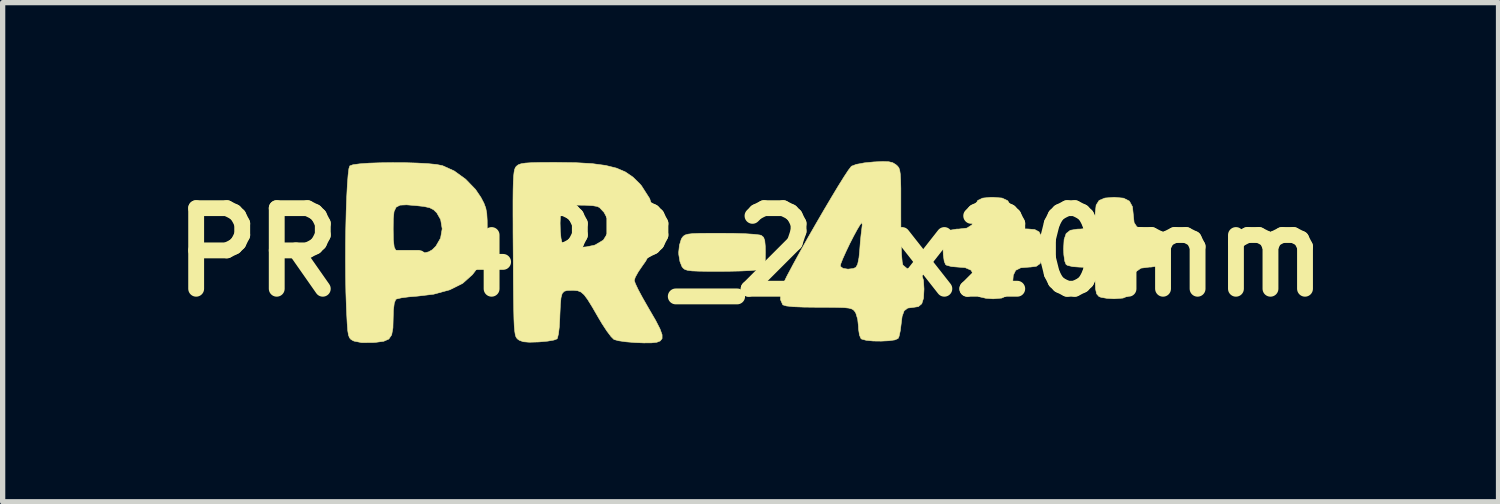
<source format=kicad_pcb>
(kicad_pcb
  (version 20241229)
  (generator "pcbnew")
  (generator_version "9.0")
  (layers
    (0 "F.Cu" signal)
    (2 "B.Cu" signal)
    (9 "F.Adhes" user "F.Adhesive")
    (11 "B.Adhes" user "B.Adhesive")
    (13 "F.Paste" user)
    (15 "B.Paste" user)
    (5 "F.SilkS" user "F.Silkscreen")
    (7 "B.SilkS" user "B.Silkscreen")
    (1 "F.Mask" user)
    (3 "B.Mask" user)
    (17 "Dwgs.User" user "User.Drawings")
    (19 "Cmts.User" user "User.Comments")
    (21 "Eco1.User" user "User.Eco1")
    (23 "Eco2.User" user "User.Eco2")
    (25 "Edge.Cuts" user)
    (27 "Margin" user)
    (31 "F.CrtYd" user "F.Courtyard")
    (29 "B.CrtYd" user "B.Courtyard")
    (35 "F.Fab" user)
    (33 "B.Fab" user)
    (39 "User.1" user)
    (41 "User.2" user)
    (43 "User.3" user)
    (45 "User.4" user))
  (footprint "PR-4PP_20x20mm"
    (layer "F.Cu")
    (at 11.147 1.722)
    (property "Reference" "PR-4PP_20x20mm" (at 0 0 0) (layer "F.SilkS") (effects (font (size 1.524 1.524) (thickness 0.3))))
    (attr through_hole)
    (fp_poly (pts (xy -0.309 -0.358) (xy -0.097 -0.351) (xy 0.069 -0.34) (xy 0.175 -0.327) (xy 0.203 -0.319) (xy 0.245 -0.284) (xy 0.268 -0.222) (xy 0.278 -0.114) (xy 0.28 0) (xy 0.277 0.152) (xy 0.263 0.244) (xy 0.234 0.296) (xy 0.203 0.319) (xy 0.135 0.333) (xy 0.001 0.345) (xy -0.187 0.354) (xy -0.416 0.359) (xy -0.555 0.36) (xy -0.804 0.36) (xy -0.984 0.357) (xy -1.109 0.352) (xy -1.191 0.341) (xy -1.242 0.325) (xy -1.275 0.3) (xy -1.298 0.271) (xy -1.336 0.176) (xy -1.358 0.045) (xy -1.36 0) (xy -1.346 -0.133) (xy -1.312 -0.245) (xy -1.298 -0.271) (xy -1.272 -0.304) (xy -1.238 -0.327) (xy -1.184 -0.343) (xy -1.098 -0.353) (xy -0.967 -0.358) (xy -0.78 -0.36) (xy -0.555 -0.36) (xy -0.309 -0.358)) (stroke (width 0.01) (type solid)) (fill yes) (layer "F.SilkS"))
    (fp_poly (pts (xy 4.757 -1.026) (xy 4.863 -0.976) (xy 4.923 -0.876) (xy 4.951 -0.717) (xy 4.97 -0.591) (xy 4.997 -0.499) (xy 5.016 -0.471) (xy 5.08 -0.453) (xy 5.191 -0.442) (xy 5.249 -0.441) (xy 5.375 -0.43) (xy 5.455 -0.388) (xy 5.5 -0.303) (xy 5.518 -0.159) (xy 5.52 -0.051) (xy 5.511 0.114) (xy 5.476 0.214) (xy 5.404 0.265) (xy 5.285 0.28) (xy 5.269 0.28) (xy 5.11 0.293) (xy 5.014 0.341) (xy 4.969 0.433) (xy 4.96 0.541) (xy 4.939 0.704) (xy 4.872 0.81) (xy 4.749 0.866) (xy 4.588 0.88) (xy 4.451 0.87) (xy 4.339 0.844) (xy 4.3 0.825) (xy 4.25 0.764) (xy 4.233 0.665) (xy 4.234 0.589) (xy 4.224 0.434) (xy 4.169 0.338) (xy 4.058 0.29) (xy 3.925 0.28) (xy 3.802 0.27) (xy 3.711 0.246) (xy 3.688 0.232) (xy 3.662 0.167) (xy 3.645 0.048) (xy 3.64 -0.065) (xy 3.651 -0.243) (xy 3.69 -0.356) (xy 3.769 -0.417) (xy 3.897 -0.439) (xy 3.94 -0.44) (xy 4.092 -0.458) (xy 4.186 -0.518) (xy 4.231 -0.633) (xy 4.24 -0.761) (xy 4.252 -0.897) (xy 4.297 -0.981) (xy 4.389 -1.025) (xy 4.541 -1.04) (xy 4.59 -1.04) (xy 4.757 -1.026)) (stroke (width 0.01) (type solid)) (fill yes) (layer "F.SilkS"))
    (fp_poly (pts (xy 7.055 -1.024) (xy 7.165 -0.968) (xy 7.223 -0.862) (xy 7.24 -0.699) (xy 7.254 -0.562) (xy 7.306 -0.482) (xy 7.411 -0.446) (xy 7.523 -0.44) (xy 7.658 -0.429) (xy 7.744 -0.387) (xy 7.794 -0.298) (xy 7.818 -0.149) (xy 7.823 -0.083) (xy 7.823 0.091) (xy 7.788 0.201) (xy 7.709 0.259) (xy 7.576 0.279) (xy 7.54 0.28) (xy 7.384 0.3) (xy 7.289 0.366) (xy 7.245 0.488) (xy 7.24 0.577) (xy 7.222 0.724) (xy 7.16 0.818) (xy 7.044 0.866) (xy 6.877 0.879) (xy 6.741 0.871) (xy 6.63 0.852) (xy 6.59 0.837) (xy 6.545 0.786) (xy 6.524 0.69) (xy 6.52 0.586) (xy 6.511 0.457) (xy 6.489 0.359) (xy 6.472 0.328) (xy 6.406 0.3) (xy 6.293 0.283) (xy 6.22 0.28) (xy 6.093 0.271) (xy 5.997 0.248) (xy 5.968 0.232) (xy 5.942 0.167) (xy 5.925 0.048) (xy 5.92 -0.065) (xy 5.93 -0.242) (xy 5.969 -0.355) (xy 6.047 -0.416) (xy 6.176 -0.438) (xy 6.241 -0.44) (xy 6.383 -0.454) (xy 6.468 -0.504) (xy 6.51 -0.605) (xy 6.52 -0.755) (xy 6.536 -0.893) (xy 6.592 -0.981) (xy 6.7 -1.026) (xy 6.873 -1.04) (xy 6.881 -1.04) (xy 7.055 -1.024)) (stroke (width 0.01) (type solid)) (fill yes) (layer "F.SilkS"))
    (fp_poly (pts (xy -6.538 -1.695) (xy -6.31 -1.688) (xy -6.106 -1.677) (xy -5.941 -1.661) (xy -5.829 -1.639) (xy -5.828 -1.639) (xy -5.606 -1.539) (xy -5.389 -1.382) (xy -5.202 -1.188) (xy -5.1 -1.037) (xy -5.044 -0.93) (xy -5.009 -0.837) (xy -4.99 -0.735) (xy -4.982 -0.599) (xy -4.981 -0.42) (xy -4.987 -0.195) (xy -5.009 -0.024) (xy -5.056 0.118) (xy -5.136 0.257) (xy -5.257 0.417) (xy -5.264 0.425) (xy -5.445 0.587) (xy -5.691 0.71) (xy -5.996 0.793) (xy -6.298 0.829) (xy -6.465 0.843) (xy -6.603 0.861) (xy -6.692 0.882) (xy -6.71 0.89) (xy -6.739 0.957) (xy -6.756 1.096) (xy -6.76 1.237) (xy -6.765 1.432) (xy -6.789 1.562) (xy -6.843 1.641) (xy -6.939 1.683) (xy -7.089 1.703) (xy -7.143 1.707) (xy -7.357 1.708) (xy -7.499 1.68) (xy -7.52 1.671) (xy -7.559 1.648) (xy -7.586 1.617) (xy -7.606 1.565) (xy -7.62 1.48) (xy -7.63 1.348) (xy -7.64 1.156) (xy -7.646 1.019) (xy -7.655 0.75) (xy -7.66 0.454) (xy -7.662 0.142) (xy -7.661 -0.174) (xy -7.657 -0.441) (xy -6.76 -0.441) (xy -6.757 -0.236) (xy -6.741 -0.098) (xy -6.7 -0.016) (xy -6.624 0.024) (xy -6.501 0.033) (xy -6.342 0.026) (xy -6.189 0.014) (xy -6.091 -0.008) (xy -6.02 -0.048) (xy -5.952 -0.116) (xy -5.952 -0.116) (xy -5.864 -0.268) (xy -5.833 -0.444) (xy -5.862 -0.618) (xy -5.935 -0.746) (xy -5.996 -0.805) (xy -6.07 -0.843) (xy -6.179 -0.867) (xy -6.325 -0.883) (xy -6.508 -0.898) (xy -6.63 -0.892) (xy -6.705 -0.853) (xy -6.744 -0.77) (xy -6.758 -0.631) (xy -6.76 -0.441) (xy -7.657 -0.441) (xy -7.656 -0.485) (xy -7.649 -0.78) (xy -7.639 -1.048) (xy -7.627 -1.278) (xy -7.613 -1.46) (xy -7.598 -1.582) (xy -7.581 -1.634) (xy -7.521 -1.656) (xy -7.395 -1.673) (xy -7.219 -1.686) (xy -7.008 -1.693) (xy -6.776 -1.696) (xy -6.538 -1.695)) (stroke (width 0.01) (type solid)) (fill yes) (layer "F.SilkS"))
    (fp_poly (pts (xy 2.613 -1.713) (xy 2.688 -1.695) (xy 2.747 -1.659) (xy 2.752 -1.655) (xy 2.782 -1.628) (xy 2.805 -1.597) (xy 2.821 -1.55) (xy 2.832 -1.477) (xy 2.838 -1.367) (xy 2.842 -1.21) (xy 2.842 -0.994) (xy 2.842 -0.708) (xy 2.842 -0.708) (xy 2.843 -0.403) (xy 2.848 -0.147) (xy 2.856 0.051) (xy 2.868 0.185) (xy 2.881 0.242) (xy 2.959 0.307) (xy 3.039 0.32) (xy 3.156 0.34) (xy 3.231 0.406) (xy 3.27 0.529) (xy 3.28 0.695) (xy 3.271 0.867) (xy 3.238 0.973) (xy 3.174 1.027) (xy 3.082 1.041) (xy 2.972 1.055) (xy 2.904 1.107) (xy 2.866 1.212) (xy 2.849 1.346) (xy 2.832 1.482) (xy 2.809 1.588) (xy 2.79 1.63) (xy 2.729 1.657) (xy 2.614 1.673) (xy 2.469 1.68) (xy 2.319 1.678) (xy 2.188 1.665) (xy 2.102 1.642) (xy 2.088 1.632) (xy 2.059 1.565) (xy 2.042 1.453) (xy 2.04 1.401) (xy 2.026 1.267) (xy 1.992 1.155) (xy 1.978 1.129) (xy 1.951 1.095) (xy 1.915 1.072) (xy 1.859 1.056) (xy 1.768 1.046) (xy 1.631 1.042) (xy 1.434 1.04) (xy 1.286 1.04) (xy 1.009 1.037) (xy 0.807 1.029) (xy 0.677 1.015) (xy 0.612 0.995) (xy 0.608 0.992) (xy 0.565 0.895) (xy 0.573 0.749) (xy 0.63 0.568) (xy 0.684 0.456) (xy 0.786 0.265) (xy 1.696 0.265) (xy 1.748 0.304) (xy 1.842 0.319) (xy 1.943 0.307) (xy 1.992 0.285) (xy 2.025 0.226) (xy 2.05 0.104) (xy 2.063 -0.024) (xy 2.075 -0.187) (xy 2.09 -0.336) (xy 2.102 -0.43) (xy 2.112 -0.518) (xy 2.107 -0.559) (xy 2.105 -0.56) (xy 2.074 -0.526) (xy 2.02 -0.437) (xy 1.951 -0.31) (xy 1.876 -0.164) (xy 1.805 -0.015) (xy 1.745 0.118) (xy 1.706 0.217) (xy 1.696 0.265) (xy 0.786 0.265) (xy 0.806 0.227) (xy 0.943 -0.023) (xy 1.09 -0.285) (xy 1.241 -0.548) (xy 1.39 -0.804) (xy 1.531 -1.042) (xy 1.658 -1.253) (xy 1.766 -1.426) (xy 1.849 -1.552) (xy 1.901 -1.62) (xy 1.91 -1.629) (xy 2 -1.663) (xy 2.149 -1.691) (xy 2.33 -1.709) (xy 2.501 -1.717) (xy 2.613 -1.713)) (stroke (width 0.01) (type solid)) (fill yes) (layer "F.SilkS"))
    (fp_poly (pts (xy -3.308 -1.695) (xy -2.996 -1.677) (xy -2.742 -1.643) (xy -2.536 -1.592) (xy -2.367 -1.519) (xy -2.225 -1.422) (xy -2.098 -1.298) (xy -2.065 -1.26) (xy -1.909 -1.016) (xy -1.822 -0.743) (xy -1.8 -0.484) (xy -1.817 -0.236) (xy -1.876 -0.029) (xy -1.986 0.17) (xy -2.041 0.247) (xy -2.123 0.367) (xy -2.181 0.471) (xy -2.2 0.532) (xy -2.18 0.592) (xy -2.126 0.706) (xy -2.045 0.857) (xy -1.945 1.032) (xy -1.919 1.077) (xy -1.795 1.29) (xy -1.714 1.448) (xy -1.674 1.559) (xy -1.674 1.632) (xy -1.71 1.677) (xy -1.774 1.702) (xy -1.875 1.713) (xy -2.023 1.714) (xy -2.192 1.707) (xy -2.359 1.693) (xy -2.497 1.673) (xy -2.581 1.65) (xy -2.584 1.649) (xy -2.638 1.596) (xy -2.718 1.49) (xy -2.811 1.348) (xy -2.88 1.232) (xy -2.995 1.033) (xy -3.081 0.894) (xy -3.148 0.804) (xy -3.208 0.752) (xy -3.271 0.727) (xy -3.346 0.72) (xy -3.385 0.72) (xy -3.469 0.722) (xy -3.526 0.738) (xy -3.564 0.78) (xy -3.586 0.861) (xy -3.598 0.993) (xy -3.607 1.19) (xy -3.609 1.248) (xy -3.618 1.41) (xy -3.634 1.543) (xy -3.654 1.625) (xy -3.662 1.638) (xy -3.72 1.66) (xy -3.835 1.68) (xy -3.984 1.694) (xy -4.013 1.696) (xy -4.185 1.701) (xy -4.298 1.692) (xy -4.371 1.666) (xy -4.401 1.646) (xy -4.421 1.626) (xy -4.438 1.6) (xy -4.451 1.558) (xy -4.461 1.493) (xy -4.47 1.398) (xy -4.476 1.264) (xy -4.48 1.085) (xy -4.484 0.852) (xy -4.487 0.557) (xy -4.489 0.194) (xy -4.49 0.012) (xy -4.493 -0.386) (xy -4.493 -0.554) (xy -3.603 -0.554) (xy -3.599 -0.403) (xy -3.586 -0.266) (xy -3.564 -0.167) (xy -3.542 -0.132) (xy -3.433 -0.101) (xy -3.278 -0.091) (xy -3.111 -0.102) (xy -2.961 -0.132) (xy -2.936 -0.141) (xy -2.785 -0.231) (xy -2.701 -0.366) (xy -2.68 -0.506) (xy -2.706 -0.632) (xy -2.772 -0.756) (xy -2.857 -0.846) (xy -2.899 -0.867) (xy -2.986 -0.882) (xy -3.117 -0.89) (xy -3.267 -0.892) (xy -3.408 -0.887) (xy -3.515 -0.875) (xy -3.554 -0.863) (xy -3.581 -0.808) (xy -3.597 -0.697) (xy -3.603 -0.554) (xy -4.493 -0.554) (xy -4.494 -0.71) (xy -4.494 -0.971) (xy -4.492 -1.174) (xy -4.488 -1.328) (xy -4.482 -1.44) (xy -4.473 -1.519) (xy -4.462 -1.571) (xy -4.447 -1.605) (xy -4.43 -1.628) (xy -4.429 -1.628) (xy -4.394 -1.655) (xy -4.342 -1.674) (xy -4.262 -1.687) (xy -4.141 -1.695) (xy -3.966 -1.699) (xy -3.725 -1.7) (xy -3.689 -1.7) (xy -3.308 -1.695)) (stroke (width 0.01) (type solid)) (fill yes) (layer "F.SilkS")))
  (gr_rect
    (start -3 -3)
    (end 25.294 6.441)
    (stroke (width 0.1) (type default))
    (fill no)
    (layer "Edge.Cuts")))
</source>
